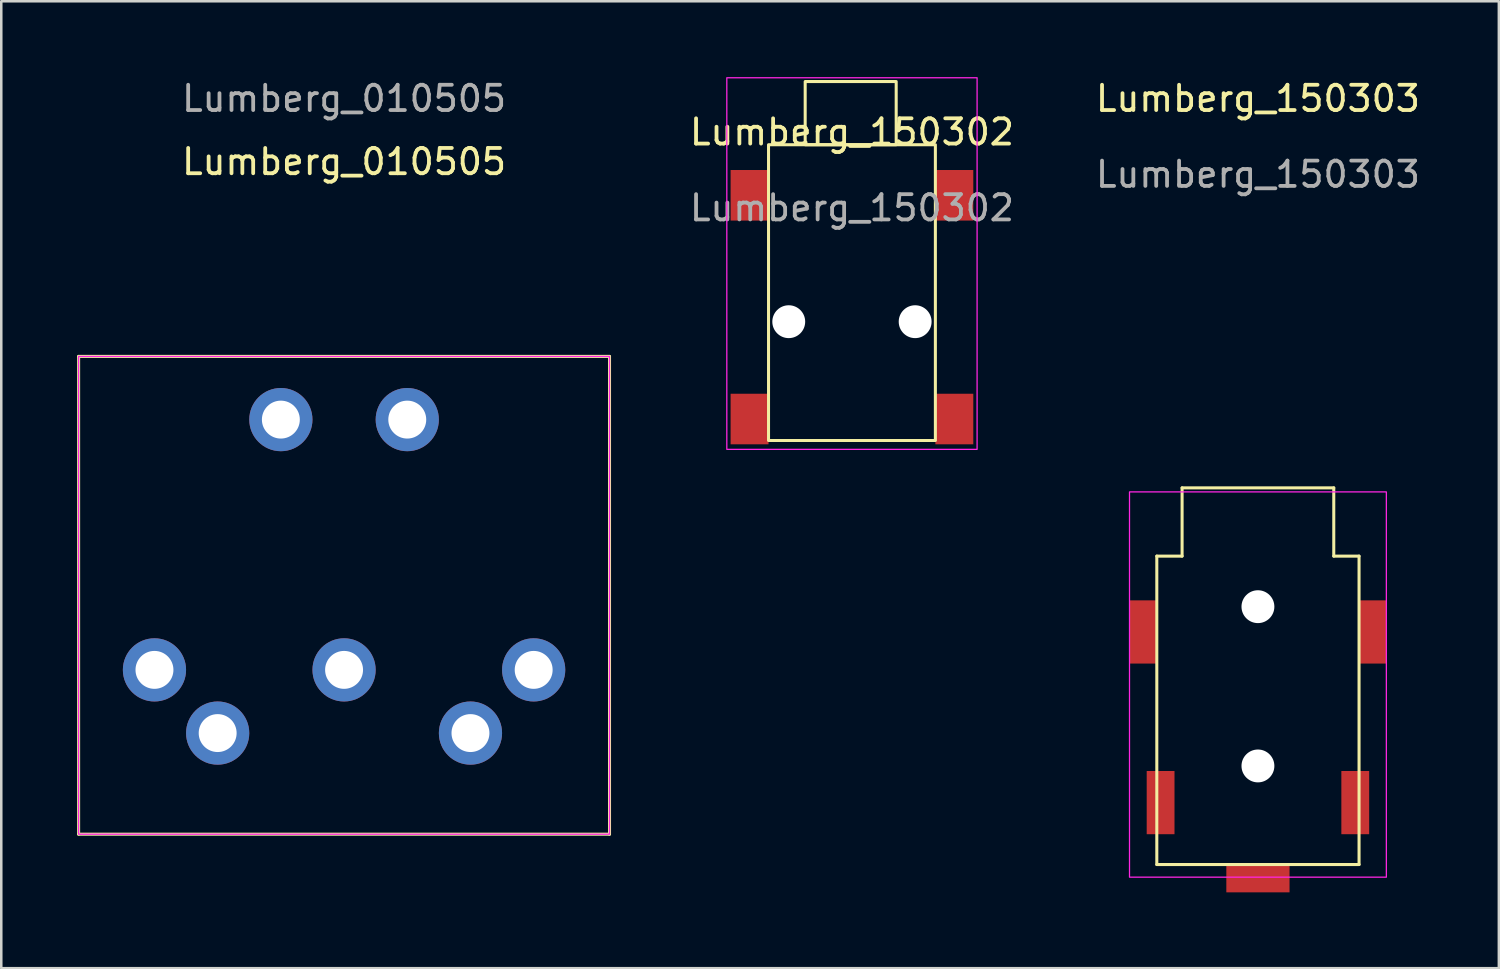
<source format=kicad_pcb>
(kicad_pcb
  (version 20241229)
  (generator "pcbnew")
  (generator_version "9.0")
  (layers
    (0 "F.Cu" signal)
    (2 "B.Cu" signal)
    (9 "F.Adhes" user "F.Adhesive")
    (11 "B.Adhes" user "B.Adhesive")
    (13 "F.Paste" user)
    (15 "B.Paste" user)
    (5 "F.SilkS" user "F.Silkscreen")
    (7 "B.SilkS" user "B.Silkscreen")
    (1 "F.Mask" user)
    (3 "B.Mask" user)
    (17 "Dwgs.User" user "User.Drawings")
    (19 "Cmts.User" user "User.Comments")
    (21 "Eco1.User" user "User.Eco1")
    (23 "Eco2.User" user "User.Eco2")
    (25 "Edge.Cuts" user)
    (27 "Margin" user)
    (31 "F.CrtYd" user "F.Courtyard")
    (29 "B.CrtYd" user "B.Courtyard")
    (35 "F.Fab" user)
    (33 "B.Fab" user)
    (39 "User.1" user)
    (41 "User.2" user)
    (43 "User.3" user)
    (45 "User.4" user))
  (footprint "Lumberg_010505"
    (layer "F.Cu")
    (at 10.56 13.548)
    (property "Reference" "Lumberg_010505" (at 0 -10.2 0) (unlocked yes) (layer "F.SilkS") (effects (font (size 1 1) (thickness 0.15))))
    (attr through_hole)
    (fp_line (start -10.5 -2.5) (end 10.5 -2.5) (stroke (width 0.12) (type solid)) (layer "F.SilkS"))
    (fp_line (start -10.5 16.4) (end -10.5 -2.5) (stroke (width 0.12) (type solid)) (layer "F.SilkS"))
    (fp_line (start 10.5 -2.5) (end 10.5 16.4) (stroke (width 0.12) (type solid)) (layer "F.SilkS"))
    (fp_line (start 10.5 16.4) (end -10.5 16.4) (stroke (width 0.12) (type solid)) (layer "F.SilkS"))
    (fp_rect (start -10.5 -2.5) (end 10.5 16.4) (stroke (width 0.05) (type solid)) (fill no) (layer "F.CrtYd"))
    (fp_text user "${REFERENCE}" (at 0 -12.7 0) (unlocked yes) (layer "F.Fab") (effects (font (size 1 1) (thickness 0.15))))
    (pad "1" thru_hole circle (at 7.5 9.9) (size 2.5 2.5) (drill 1.5) (layers "*.Cu" "*.Mask") (remove_unused_layers yes) (keep_end_layers yes) (zone_layer_connections))
    (pad "2" thru_hole circle (at 0 9.9) (size 2.5 2.5) (drill 1.5) (layers "*.Cu" "*.Mask") (remove_unused_layers yes) (keep_end_layers yes) (zone_layer_connections))
    (pad "3" thru_hole circle (at -7.5 9.9) (size 2.5 2.5) (drill 1.5) (layers "*.Cu" "*.Mask") (remove_unused_layers yes) (keep_end_layers yes) (zone_layer_connections))
    (pad "4" thru_hole circle (at 5 12.4) (size 2.5 2.5) (drill 1.5) (layers "*.Cu" "*.Mask") (remove_unused_layers yes) (keep_end_layers yes) (zone_layer_connections))
    (pad "5" thru_hole circle (at -5 12.4) (size 2.5 2.5) (drill 1.5) (layers "*.Cu" "*.Mask") (remove_unused_layers yes) (keep_end_layers yes) (zone_layer_connections))
    (pad "6" thru_hole circle (at -2.5 0) (size 2.5 2.5) (drill 1.5) (layers "*.Cu" "*.Mask") (remove_unused_layers yes) (keep_end_layers yes) (zone_layer_connections))
    (pad "6" thru_hole circle (at 2.5 0) (size 2.5 2.5) (drill 1.5) (layers "*.Cu" "*.Mask") (remove_unused_layers yes) (keep_end_layers yes) (zone_layer_connections)))
  (footprint "Lumberg_150303"
    (layer "F.Cu")
    (at 46.709 18.948)
    (property "Reference" "Lumberg_150303" (at 0 -18.1 0) (unlocked yes) (layer "F.SilkS") (effects (font (size 1 1) (thickness 0.15))))
    (attr smd)
    (fp_line (start -4 0) (end -4 12.2) (stroke (width 0.12) (type solid)) (layer "F.SilkS"))
    (fp_line (start -4 12.2) (end 4 12.2) (stroke (width 0.12) (type solid)) (layer "F.SilkS"))
    (fp_line (start -3 -2.7) (end -3 0) (stroke (width 0.12) (type solid)) (layer "F.SilkS"))
    (fp_line (start -3 -2.7) (end 3 -2.7) (stroke (width 0.12) (type solid)) (layer "F.SilkS"))
    (fp_line (start -3 0) (end -4 0) (stroke (width 0.12) (type solid)) (layer "F.SilkS"))
    (fp_line (start 3 -2.7) (end 3 0) (stroke (width 0.12) (type solid)) (layer "F.SilkS"))
    (fp_line (start 3 0) (end 4 0) (stroke (width 0.12) (type solid)) (layer "F.SilkS"))
    (fp_line (start 4 0) (end 4 12.2) (stroke (width 0.12) (type solid)) (layer "F.SilkS"))
    (fp_rect (start -5.08 -2.54) (end 5.08 12.7) (stroke (width 0.05) (type solid)) (fill no) (layer "F.CrtYd"))
    (fp_text user "${REFERENCE}" (at 0 -15.1 0) (unlocked yes) (layer "F.Fab") (effects (font (size 1 1) (thickness 0.15))))
    (pad "" np_thru_hole circle (at 0 2) (size 1.3 1.3) (drill 1.3) (layers "*.Cu" "*.Mask"))
    (pad "" np_thru_hole circle (at 0 8.3) (size 1.3 1.3) (drill 1.3) (layers "*.Cu" "*.Mask"))
    (pad "1" smd rect (at -3.85 9.75) (size 1.1 2.5) (layers "F.Cu" "F.Mask" "F.Paste"))
    (pad "2" smd rect (at 0 12.75) (size 2.5 1.1) (layers "F.Cu" "F.Mask" "F.Paste"))
    (pad "3" smd rect (at 3.85 9.75) (size 1.1 2.5) (layers "F.Cu" "F.Mask" "F.Paste"))
    (pad "4" smd rect (at -4.55 3) (size 1.1 2.5) (layers "F.Cu" "F.Mask" "F.Paste"))
    (pad "4" smd rect (at 4.55 3) (size 1.1 2.5) (layers "F.Cu" "F.Mask" "F.Paste")))
  (footprint "Lumberg_150302"
    (layer "F.Cu")
    (at 30.65 2.675)
    (property "Reference" "Lumberg_150302" (at 0 -0.5 0) (unlocked yes) (layer "F.SilkS") (effects (font (size 1 1) (thickness 0.15))))
    (attr smd)
    (fp_rect (start -3.3 0) (end 3.3 11.7) (stroke (width 0.12) (type default)) (fill no) (layer "F.SilkS"))
    (fp_rect (start -1.85 0) (end 1.75 -2.5) (stroke (width 0.12) (type default)) (fill no) (layer "F.SilkS"))
    (fp_rect (start -4.95 -2.65) (end 4.95 12.05) (stroke (width 0.05) (type default)) (fill no) (layer "F.CrtYd"))
    (fp_text user "${REFERENCE}" (at 0 2.5 0) (unlocked yes) (layer "F.Fab") (effects (font (size 1 1) (thickness 0.15))))
    (pad "" np_thru_hole circle (at -2.5 7) (size 1.3 1.3) (drill 1.3) (layers "*.Cu" "*.Mask"))
    (pad "" np_thru_hole circle (at 2.5 7) (size 1.3 1.3) (drill 1.3) (layers "*.Cu" "*.Mask"))
    (pad "1" smd rect (at 4.05 10.85) (size 1.5 2) (layers "F.Cu" "F.Mask" "F.Paste"))
    (pad "2" smd rect (at -4.05 2) (size 1.5 2) (layers "F.Cu" "F.Mask" "F.Paste"))
    (pad "2" smd rect (at 4.05 2) (size 1.5 2) (layers "F.Cu" "F.Mask" "F.Paste"))
    (pad "3" smd rect (at -4.05 10.85) (size 1.5 2) (layers "F.Cu" "F.Mask" "F.Paste")))
  (gr_rect
    (start -3 -3)
    (end 56.239 35.248)
    (stroke (width 0.1) (type default))
    (fill no)
    (layer "Edge.Cuts")))
</source>
